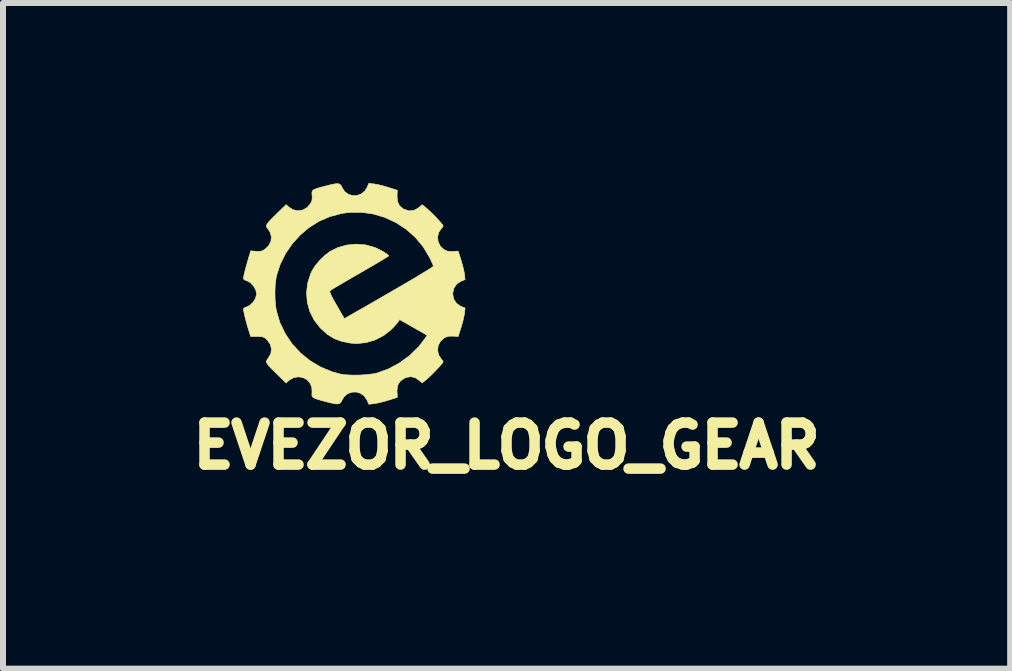
<source format=kicad_pcb>
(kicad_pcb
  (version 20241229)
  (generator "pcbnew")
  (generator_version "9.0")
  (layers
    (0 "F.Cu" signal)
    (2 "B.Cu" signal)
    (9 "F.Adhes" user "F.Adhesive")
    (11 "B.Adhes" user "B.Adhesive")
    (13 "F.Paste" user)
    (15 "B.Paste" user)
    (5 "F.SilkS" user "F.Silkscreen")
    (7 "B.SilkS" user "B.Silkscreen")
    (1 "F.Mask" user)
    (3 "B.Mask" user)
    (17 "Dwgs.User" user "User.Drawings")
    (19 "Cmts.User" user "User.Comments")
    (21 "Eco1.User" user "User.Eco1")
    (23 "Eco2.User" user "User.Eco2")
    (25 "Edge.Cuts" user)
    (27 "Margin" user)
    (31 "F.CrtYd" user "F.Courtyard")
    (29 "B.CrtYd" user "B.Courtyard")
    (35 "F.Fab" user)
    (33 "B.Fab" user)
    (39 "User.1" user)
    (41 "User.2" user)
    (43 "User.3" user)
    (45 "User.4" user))
  (footprint "EVEZOR_LOGO_GEAR"
    (layer "F.Cu")
    (at 2.852 1.838)
    (property "Reference" "EVEZOR_LOGO_GEAR" (at 2.54 2.54 0) (layer "F.SilkS") (effects (font (size 0.7 0.7) (thickness 0.175))))
    (attr through_hole)
    (fp_poly (pts (xy 0.334 -1.822) (xy 0.393 -1.812) (xy 0.469 -1.794) (xy 0.549 -1.771) (xy 0.572 -1.764) (xy 0.72 -1.717) (xy 0.715 -1.625) (xy 0.722 -1.533) (xy 0.755 -1.462) (xy 0.814 -1.41) (xy 0.835 -1.4) (xy 0.916 -1.374) (xy 0.991 -1.38) (xy 1.064 -1.418) (xy 1.096 -1.444) (xy 1.133 -1.477) (xy 1.197 -1.426) (xy 1.246 -1.383) (xy 1.308 -1.323) (xy 1.374 -1.256) (xy 1.433 -1.191) (xy 1.462 -1.157) (xy 1.482 -1.129) (xy 1.479 -1.109) (xy 1.457 -1.084) (xy 1.41 -1.016) (xy 1.391 -0.938) (xy 1.4 -0.859) (xy 1.435 -0.787) (xy 1.496 -0.73) (xy 1.501 -0.727) (xy 1.552 -0.703) (xy 1.612 -0.696) (xy 1.646 -0.697) (xy 1.734 -0.703) (xy 1.781 -0.555) (xy 1.804 -0.476) (xy 1.824 -0.397) (xy 1.837 -0.332) (xy 1.839 -0.318) (xy 1.849 -0.229) (xy 1.78 -0.201) (xy 1.71 -0.155) (xy 1.663 -0.087) (xy 1.643 -0.005) (xy 1.643 0.008) (xy 1.658 0.093) (xy 1.702 0.163) (xy 1.769 0.212) (xy 1.78 0.217) (xy 1.849 0.246) (xy 1.839 0.334) (xy 1.828 0.393) (xy 1.811 0.469) (xy 1.788 0.549) (xy 1.781 0.572) (xy 1.734 0.72) (xy 1.646 0.714) (xy 1.578 0.715) (xy 1.525 0.731) (xy 1.501 0.744) (xy 1.438 0.8) (xy 1.401 0.872) (xy 1.391 0.95) (xy 1.408 1.028) (xy 1.454 1.098) (xy 1.457 1.101) (xy 1.481 1.128) (xy 1.481 1.149) (xy 1.462 1.174) (xy 1.411 1.233) (xy 1.348 1.3) (xy 1.283 1.365) (xy 1.225 1.419) (xy 1.197 1.443) (xy 1.133 1.494) (xy 1.096 1.461) (xy 1.022 1.409) (xy 0.948 1.389) (xy 0.87 1.402) (xy 0.835 1.417) (xy 0.768 1.464) (xy 0.728 1.529) (xy 0.714 1.616) (xy 0.715 1.642) (xy 0.72 1.734) (xy 0.572 1.781) (xy 0.493 1.804) (xy 0.414 1.824) (xy 0.349 1.837) (xy 0.334 1.839) (xy 0.245 1.849) (xy 0.215 1.781) (xy 0.169 1.712) (xy 0.106 1.667) (xy 0.034 1.645) (xy -0.04 1.648) (xy -0.11 1.674) (xy -0.168 1.724) (xy -0.201 1.779) (xy -0.218 1.813) (xy -0.241 1.835) (xy -0.274 1.844) (xy -0.322 1.841) (xy -0.393 1.826) (xy -0.474 1.805) (xy -0.566 1.78) (xy -0.631 1.76) (xy -0.672 1.743) (xy -0.695 1.725) (xy -0.704 1.703) (xy -0.704 1.674) (xy -0.701 1.647) (xy -0.706 1.563) (xy -0.738 1.492) (xy -0.789 1.438) (xy -0.855 1.404) (xy -0.929 1.392) (xy -1.006 1.405) (xy -1.08 1.446) (xy -1.096 1.46) (xy -1.134 1.495) (xy -1.288 1.345) (xy -1.362 1.272) (xy -1.413 1.219) (xy -1.445 1.18) (xy -1.461 1.151) (xy -1.461 1.127) (xy -1.45 1.105) (xy -1.433 1.083) (xy -1.389 1.008) (xy -1.378 0.929) (xy -1.398 0.85) (xy -1.45 0.777) (xy -1.458 0.769) (xy -1.491 0.741) (xy -1.524 0.726) (xy -1.569 0.721) (xy -1.616 0.72) (xy -1.724 0.72) (xy -1.759 0.61) (xy -1.78 0.542) (xy -1.801 0.465) (xy -1.82 0.389) (xy -1.835 0.323) (xy -1.844 0.275) (xy -1.845 0.26) (xy -1.831 0.242) (xy -1.797 0.229) (xy -1.739 0.201) (xy -1.685 0.15) (xy -1.645 0.086) (xy -1.626 0.02) (xy -1.626 0.008) (xy -1.633 -0.028) (xy -1.32 -0.028) (xy -1.318 0.096) (xy -1.309 0.212) (xy -1.296 0.29) (xy -1.238 0.487) (xy -1.149 0.672) (xy -1.035 0.842) (xy -0.896 0.993) (xy -0.736 1.123) (xy -0.558 1.229) (xy -0.365 1.309) (xy -0.221 1.348) (xy -0.133 1.359) (xy -0.024 1.364) (xy 0.095 1.363) (xy 0.213 1.355) (xy 0.318 1.342) (xy 0.381 1.329) (xy 0.573 1.26) (xy 0.756 1.161) (xy 0.925 1.037) (xy 1.074 0.892) (xy 1.169 0.769) (xy 1.217 0.7) (xy 0.758 0.438) (xy 0.732 0.477) (xy 0.707 0.508) (xy 0.666 0.554) (xy 0.618 0.603) (xy 0.614 0.607) (xy 0.493 0.703) (xy 0.353 0.776) (xy 0.202 0.821) (xy 0.046 0.838) (xy -0.063 0.83) (xy -0.212 0.8) (xy -0.339 0.751) (xy -0.452 0.68) (xy -0.559 0.582) (xy -0.563 0.579) (xy -0.665 0.448) (xy -0.738 0.304) (xy -0.781 0.15) (xy -0.793 -0.009) (xy -0.775 -0.17) (xy -0.724 -0.327) (xy -0.701 -0.376) (xy -0.647 -0.462) (xy -0.572 -0.551) (xy -0.487 -0.633) (xy -0.408 -0.693) (xy -0.272 -0.762) (xy -0.122 -0.804) (xy 0.035 -0.819) (xy 0.19 -0.807) (xy 0.336 -0.767) (xy 0.372 -0.752) (xy 0.439 -0.719) (xy 0.5 -0.685) (xy 0.546 -0.654) (xy 0.573 -0.631) (xy 0.576 -0.624) (xy 0.562 -0.613) (xy 0.521 -0.588) (xy 0.459 -0.55) (xy 0.377 -0.501) (xy 0.28 -0.444) (xy 0.17 -0.38) (xy 0.097 -0.338) (xy -0.019 -0.271) (xy -0.126 -0.209) (xy -0.221 -0.153) (xy -0.3 -0.107) (xy -0.358 -0.072) (xy -0.393 -0.05) (xy -0.401 -0.044) (xy -0.406 -0.03) (xy -0.398 -0.001) (xy -0.377 0.045) (xy -0.341 0.113) (xy -0.292 0.198) (xy -0.163 0.422) (xy -0.068 0.367) (xy 0.149 0.244) (xy 0.352 0.127) (xy 0.54 0.018) (xy 0.713 -0.082) (xy 0.867 -0.172) (xy 1.002 -0.251) (xy 1.115 -0.319) (xy 1.205 -0.374) (xy 1.27 -0.415) (xy 1.309 -0.441) (xy 1.321 -0.451) (xy 1.314 -0.474) (xy 1.294 -0.519) (xy 1.267 -0.578) (xy 1.254 -0.603) (xy 1.148 -0.779) (xy 1.017 -0.935) (xy 0.865 -1.069) (xy 0.696 -1.179) (xy 0.513 -1.264) (xy 0.32 -1.322) (xy 0.121 -1.35) (xy -0.081 -1.348) (xy -0.206 -1.331) (xy -0.406 -1.278) (xy -0.589 -1.199) (xy -0.758 -1.091) (xy -0.895 -0.975) (xy -1.031 -0.826) (xy -1.145 -0.659) (xy -1.233 -0.481) (xy -1.292 -0.298) (xy -1.302 -0.247) (xy -1.315 -0.146) (xy -1.32 -0.028) (xy -1.633 -0.028) (xy -1.64 -0.057) (xy -1.677 -0.122) (xy -1.729 -0.177) (xy -1.787 -0.209) (xy -1.797 -0.212) (xy -1.832 -0.226) (xy -1.845 -0.243) (xy -1.84 -0.283) (xy -1.825 -0.35) (xy -1.803 -0.436) (xy -1.775 -0.534) (xy -1.767 -0.562) (xy -1.723 -0.708) (xy -1.636 -0.7) (xy -1.576 -0.697) (xy -1.532 -0.707) (xy -1.49 -0.731) (xy -1.425 -0.792) (xy -1.387 -0.865) (xy -1.379 -0.943) (xy -1.402 -1.02) (xy -1.432 -1.066) (xy -1.452 -1.091) (xy -1.462 -1.113) (xy -1.459 -1.138) (xy -1.442 -1.168) (xy -1.407 -1.209) (xy -1.352 -1.265) (xy -1.288 -1.328) (xy -1.134 -1.478) (xy -1.096 -1.443) (xy -1.021 -1.393) (xy -0.941 -1.375) (xy -0.861 -1.386) (xy -0.787 -1.426) (xy -0.727 -1.494) (xy -0.727 -1.494) (xy -0.704 -1.543) (xy -0.699 -1.598) (xy -0.701 -1.63) (xy -0.704 -1.668) (xy -0.701 -1.696) (xy -0.687 -1.718) (xy -0.657 -1.735) (xy -0.606 -1.753) (xy -0.529 -1.774) (xy -0.483 -1.786) (xy -0.388 -1.81) (xy -0.32 -1.824) (xy -0.273 -1.827) (xy -0.242 -1.82) (xy -0.221 -1.801) (xy -0.204 -1.77) (xy -0.201 -1.762) (xy -0.156 -1.693) (xy -0.094 -1.649) (xy -0.023 -1.628) (xy 0.051 -1.631) (xy 0.122 -1.658) (xy 0.181 -1.709) (xy 0.215 -1.764) (xy 0.245 -1.833) (xy 0.334 -1.822)) (stroke (width 0.01) (type solid)) (fill yes) (layer "F.SilkS")))
  (gr_rect
    (start -3 -3)
    (end 13.785 8.094)
    (stroke (width 0.1) (type default))
    (fill no)
    (layer "Edge.Cuts")))
</source>
